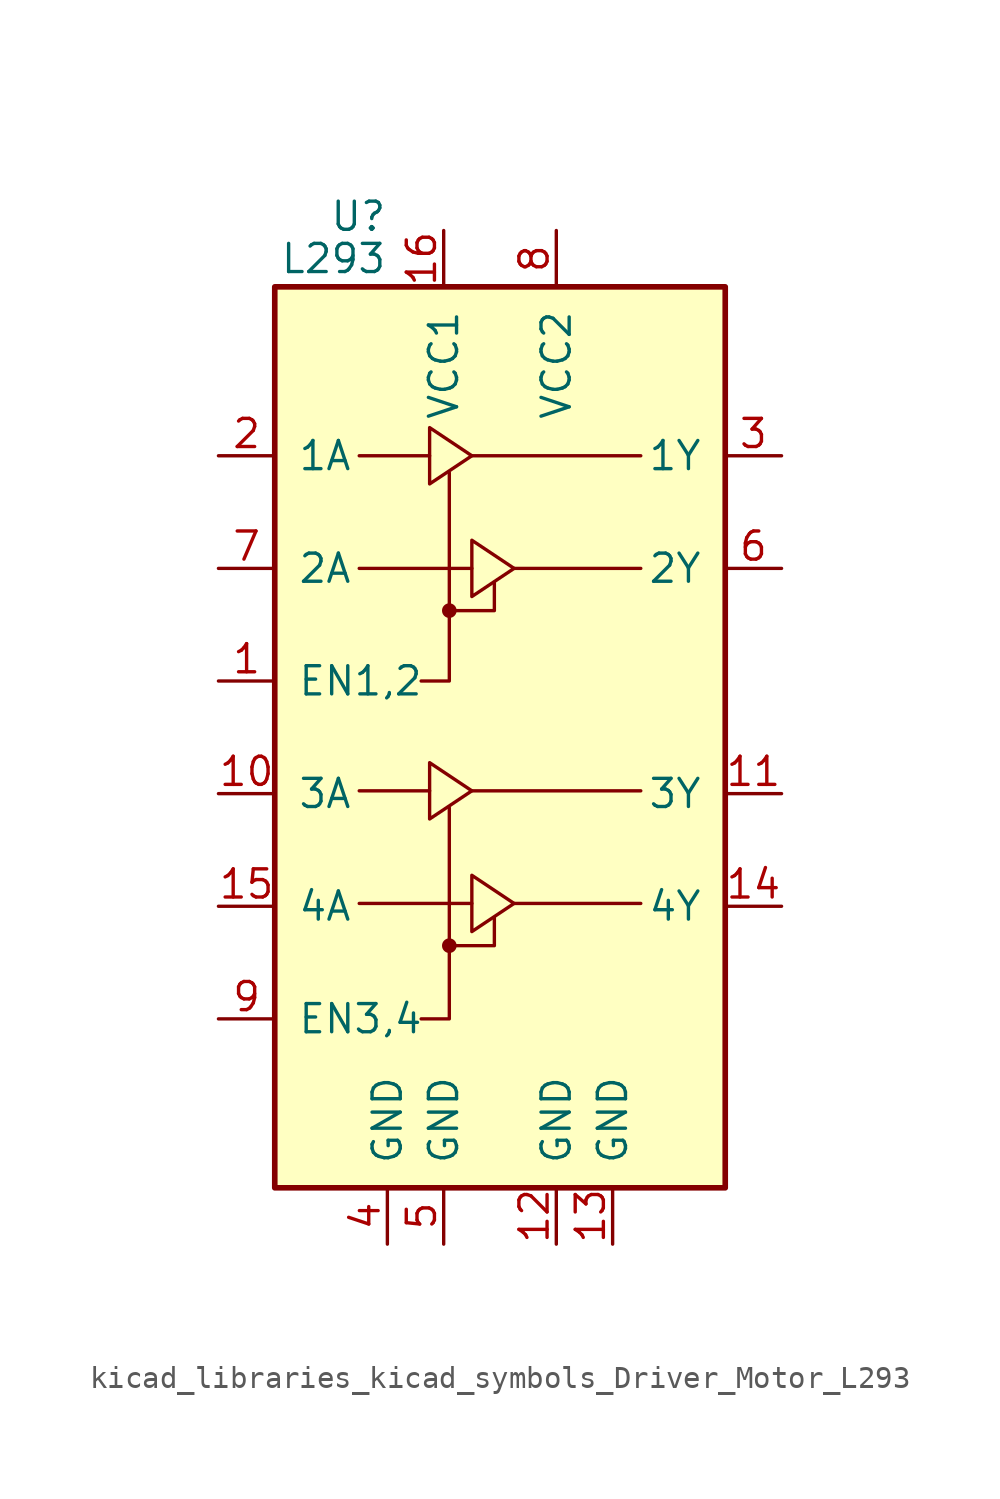
<source format=kicad_sym>
(kicad_symbol_lib
  (version 20220914)
  (generator kicad_symbol_editor)
  (symbol "kicad_libraries_kicad_symbols_Driver_Motor_L293"
    (pin_names
      (offset 1.016))
    (property "Reference" "U"
      (at -5.08 26.035 0)
      (effects (font (size 1.27 1.27)) (justify right)))
    (property "Value" "L293"
      (at -5.08 24.13 0)
      (effects (font (size 1.27 1.27)) (justify right)))
    (symbol "kicad_libraries_kicad_symbols_Driver_Motor_L293_0_1"
      (rectangle (start -10.16 22.86) (end 10.16 -17.78) (stroke (width 0.254) (type default)) (fill (type background)))
      (circle (center -2.286 -6.858) (radius 0.254) (stroke (width 0) (type default)) (fill (type outline)))
      (circle (center -2.286 8.255) (radius 0.254) (stroke (width 0) (type default)) (fill (type outline)))
      (polyline (pts (xy -6.35 -4.953) (xy -1.27 -4.953)) (stroke (width 0) (type default)) (fill (type none)))
      (polyline (pts (xy -6.35 0.127) (xy -3.175 0.127)) (stroke (width 0) (type default)) (fill (type none)))
      (polyline (pts (xy -6.35 10.16) (xy -1.27 10.16)) (stroke (width 0) (type default)) (fill (type none)))
      (polyline (pts (xy -6.35 15.24) (xy -3.175 15.24)) (stroke (width 0) (type default)) (fill (type none)))
      (polyline (pts (xy -1.27 0.127) (xy 6.35 0.127)) (stroke (width 0) (type default)) (fill (type none)))
      (polyline (pts (xy -1.27 15.24) (xy 6.35 15.24)) (stroke (width 0) (type default)) (fill (type none)))
      (polyline (pts (xy 0.635 -4.953) (xy 6.35 -4.953)) (stroke (width 0) (type default)) (fill (type none)))
      (polyline (pts (xy 0.635 10.16) (xy 6.35 10.16)) (stroke (width 0) (type default)) (fill (type none)))
      (polyline (pts (xy -2.286 -6.858) (xy -0.254 -6.858) (xy -0.254 -5.588)) (stroke (width 0) (type default)) (fill (type none)))
      (polyline (pts (xy -2.286 -0.635) (xy -2.286 -10.16) (xy -3.556 -10.16)) (stroke (width 0) (type default)) (fill (type none)))
      (polyline (pts (xy -2.286 8.255) (xy -0.254 8.255) (xy -0.254 9.525)) (stroke (width 0) (type default)) (fill (type none)))
      (polyline (pts (xy -2.286 14.478) (xy -2.286 5.08) (xy -3.556 5.08)) (stroke (width 0) (type default)) (fill (type none)))
      (polyline (pts (xy -3.175 1.397) (xy -3.175 -1.143) (xy -1.27 0.127) (xy -3.175 1.397)) (stroke (width 0) (type default)) (fill (type none)))
      (polyline (pts (xy -3.175 16.51) (xy -3.175 13.97) (xy -1.27 15.24) (xy -3.175 16.51)) (stroke (width 0) (type default)) (fill (type none)))
      (polyline (pts (xy -1.27 -3.683) (xy -1.27 -6.223) (xy 0.635 -4.953) (xy -1.27 -3.683)) (stroke (width 0) (type default)) (fill (type none)))
      (polyline (pts (xy -1.27 11.43) (xy -1.27 8.89) (xy 0.635 10.16) (xy -1.27 11.43)) (stroke (width 0) (type default)) (fill (type none))))
    (symbol "kicad_libraries_kicad_symbols_Driver_Motor_L293_1_1"
      (pin input line (at -12.7 5.08 0) (length 2.54) (name "EN1,2" (effects (font (size 1.27 1.27)))) (number "1" (effects (font (size 1.27 1.27)))))
      (pin input line (at -12.7 0 0) (length 2.54) (name "3A" (effects (font (size 1.27 1.27)))) (number "10" (effects (font (size 1.27 1.27)))))
      (pin output line (at 12.7 0 180) (length 2.54) (name "3Y" (effects (font (size 1.27 1.27)))) (number "11" (effects (font (size 1.27 1.27)))))
      (pin power_in line (at 2.54 -20.32 90) (length 2.54) (name "GND" (effects (font (size 1.27 1.27)))) (number "12" (effects (font (size 1.27 1.27)))))
      (pin power_in line (at 5.08 -20.32 90) (length 2.54) (name "GND" (effects (font (size 1.27 1.27)))) (number "13" (effects (font (size 1.27 1.27)))))
      (pin output line (at 12.7 -5.08 180) (length 2.54) (name "4Y" (effects (font (size 1.27 1.27)))) (number "14" (effects (font (size 1.27 1.27)))))
      (pin input line (at -12.7 -5.08 0) (length 2.54) (name "4A" (effects (font (size 1.27 1.27)))) (number "15" (effects (font (size 1.27 1.27)))))
      (pin power_in line (at -2.54 25.4 270) (length 2.54) (name "VCC1" (effects (font (size 1.27 1.27)))) (number "16" (effects (font (size 1.27 1.27)))))
      (pin input line (at -12.7 15.24 0) (length 2.54) (name "1A" (effects (font (size 1.27 1.27)))) (number "2" (effects (font (size 1.27 1.27)))))
      (pin output line (at 12.7 15.24 180) (length 2.54) (name "1Y" (effects (font (size 1.27 1.27)))) (number "3" (effects (font (size 1.27 1.27)))))
      (pin power_in line (at -5.08 -20.32 90) (length 2.54) (name "GND" (effects (font (size 1.27 1.27)))) (number "4" (effects (font (size 1.27 1.27)))))
      (pin power_in line (at -2.54 -20.32 90) (length 2.54) (name "GND" (effects (font (size 1.27 1.27)))) (number "5" (effects (font (size 1.27 1.27)))))
      (pin output line (at 12.7 10.16 180) (length 2.54) (name "2Y" (effects (font (size 1.27 1.27)))) (number "6" (effects (font (size 1.27 1.27)))))
      (pin input line (at -12.7 10.16 0) (length 2.54) (name "2A" (effects (font (size 1.27 1.27)))) (number "7" (effects (font (size 1.27 1.27)))))
      (pin power_in line (at 2.54 25.4 270) (length 2.54) (name "VCC2" (effects (font (size 1.27 1.27)))) (number "8" (effects (font (size 1.27 1.27)))))
      (pin input line (at -12.7 -10.16 0) (length 2.54) (name "EN3,4" (effects (font (size 1.27 1.27)))) (number "9" (effects (font (size 1.27 1.27))))))))
</source>
